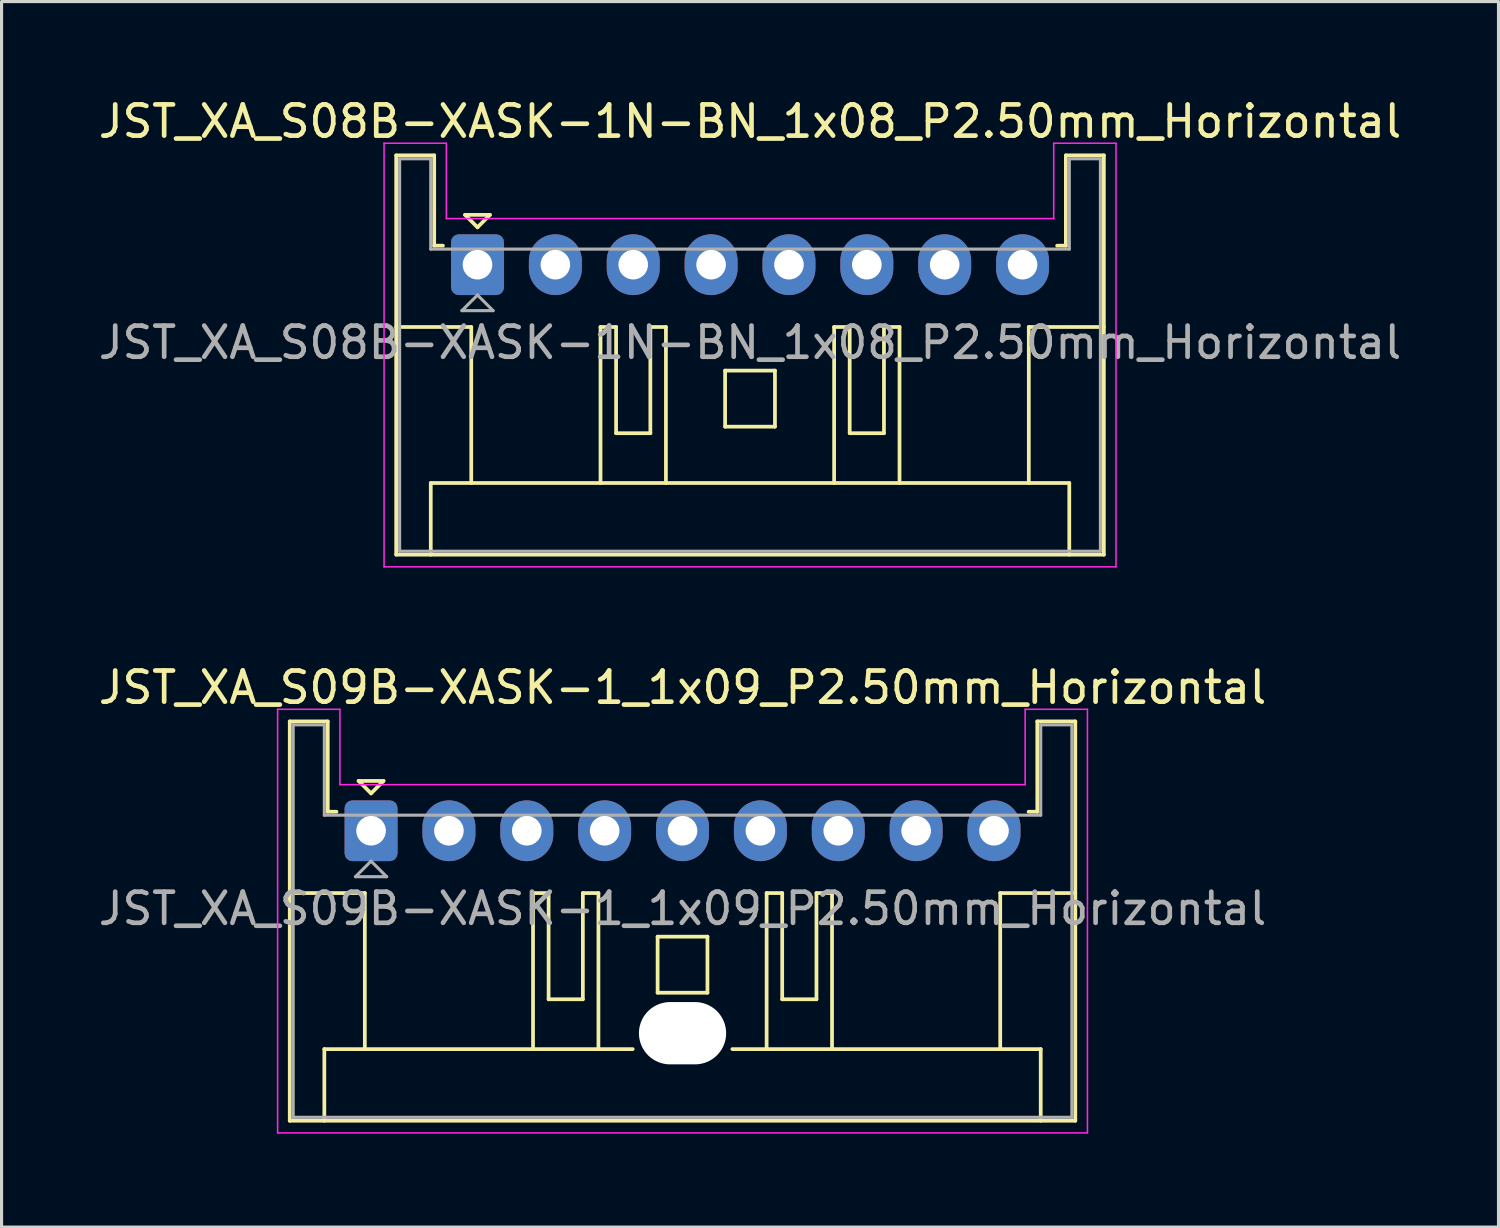
<source format=kicad_pcb>
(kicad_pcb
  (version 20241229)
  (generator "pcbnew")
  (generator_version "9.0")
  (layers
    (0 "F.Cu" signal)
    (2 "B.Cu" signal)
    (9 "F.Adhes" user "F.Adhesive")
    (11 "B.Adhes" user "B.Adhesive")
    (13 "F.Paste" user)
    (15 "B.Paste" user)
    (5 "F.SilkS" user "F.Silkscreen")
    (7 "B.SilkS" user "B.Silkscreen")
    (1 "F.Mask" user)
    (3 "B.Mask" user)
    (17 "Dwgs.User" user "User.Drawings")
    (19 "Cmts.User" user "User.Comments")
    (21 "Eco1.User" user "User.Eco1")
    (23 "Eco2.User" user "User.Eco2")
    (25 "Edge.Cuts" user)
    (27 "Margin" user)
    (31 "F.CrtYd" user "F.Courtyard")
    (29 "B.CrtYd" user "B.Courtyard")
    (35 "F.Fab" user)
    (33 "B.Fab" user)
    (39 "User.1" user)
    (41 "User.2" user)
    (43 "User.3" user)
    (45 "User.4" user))
  (footprint "JST_XA_S09B-XASK-1_1x09_P2.50mm_Horizontal"
    (layer "F.Cu")
    (at 8.863 23.622)
    (property "Reference" "JST_XA_S09B-XASK-1_1x09_P2.50mm_Horizontal" (at 10 -4.6 0) (layer "F.SilkS") (effects (font (size 1 1) (thickness 0.15))))
    (attr through_hole)
    (fp_line (start -2.61 -3.51) (end -2.61 9.31) (stroke (width 0.12) (type solid)) (layer "F.SilkS"))
    (fp_line (start -2.61 9.31) (end 22.61 9.31) (stroke (width 0.12) (type solid)) (layer "F.SilkS"))
    (fp_line (start -1.5 7.01) (end 8.4 7.01) (stroke (width 0.12) (type solid)) (layer "F.SilkS"))
    (fp_line (start -1.5 9.31) (end -1.5 7.01) (stroke (width 0.12) (type solid)) (layer "F.SilkS"))
    (fp_line (start -1.39 -3.51) (end -2.61 -3.51) (stroke (width 0.12) (type solid)) (layer "F.SilkS"))
    (fp_line (start -1.39 -0.61) (end -1.39 -3.51) (stroke (width 0.12) (type solid)) (layer "F.SilkS"))
    (fp_line (start -1.11 -0.61) (end -1.39 -0.61) (stroke (width 0.12) (type solid)) (layer "F.SilkS"))
    (fp_line (start -0.4 -1.6) (end 0.4 -1.6) (stroke (width 0.12) (type solid)) (layer "F.SilkS"))
    (fp_line (start -0.2 2) (end -2.61 2) (stroke (width 0.12) (type solid)) (layer "F.SilkS"))
    (fp_line (start -0.2 7.01) (end -0.2 2) (stroke (width 0.12) (type solid)) (layer "F.SilkS"))
    (fp_line (start 0 -1.2) (end -0.4 -1.6) (stroke (width 0.12) (type solid)) (layer "F.SilkS"))
    (fp_line (start 0.4 -1.6) (end 0 -1.2) (stroke (width 0.12) (type solid)) (layer "F.SilkS"))
    (fp_line (start 5.2 2) (end 5.2 7.01) (stroke (width 0.12) (type solid)) (layer "F.SilkS"))
    (fp_line (start 5.7 2) (end 5.2 2) (stroke (width 0.12) (type solid)) (layer "F.SilkS"))
    (fp_line (start 5.7 5.41) (end 5.7 2) (stroke (width 0.12) (type solid)) (layer "F.SilkS"))
    (fp_line (start 6.8 2) (end 6.8 5.41) (stroke (width 0.12) (type solid)) (layer "F.SilkS"))
    (fp_line (start 6.8 5.41) (end 5.7 5.41) (stroke (width 0.12) (type solid)) (layer "F.SilkS"))
    (fp_line (start 7.3 2) (end 6.8 2) (stroke (width 0.12) (type solid)) (layer "F.SilkS"))
    (fp_line (start 7.3 7.01) (end 7.3 2) (stroke (width 0.12) (type solid)) (layer "F.SilkS"))
    (fp_line (start 9.2 3.4) (end 10.8 3.4) (stroke (width 0.12) (type solid)) (layer "F.SilkS"))
    (fp_line (start 9.2 5.2) (end 9.2 3.4) (stroke (width 0.12) (type solid)) (layer "F.SilkS"))
    (fp_line (start 10.8 3.4) (end 10.8 5.2) (stroke (width 0.12) (type solid)) (layer "F.SilkS"))
    (fp_line (start 10.8 5.2) (end 9.2 5.2) (stroke (width 0.12) (type solid)) (layer "F.SilkS"))
    (fp_line (start 11.6 7.01) (end 21.5 7.01) (stroke (width 0.12) (type solid)) (layer "F.SilkS"))
    (fp_line (start 12.7 2) (end 13.2 2) (stroke (width 0.12) (type solid)) (layer "F.SilkS"))
    (fp_line (start 12.7 7.01) (end 12.7 2) (stroke (width 0.12) (type solid)) (layer "F.SilkS"))
    (fp_line (start 13.2 2) (end 13.2 5.41) (stroke (width 0.12) (type solid)) (layer "F.SilkS"))
    (fp_line (start 13.2 5.41) (end 14.3 5.41) (stroke (width 0.12) (type solid)) (layer "F.SilkS"))
    (fp_line (start 14.3 2) (end 14.8 2) (stroke (width 0.12) (type solid)) (layer "F.SilkS"))
    (fp_line (start 14.3 5.41) (end 14.3 2) (stroke (width 0.12) (type solid)) (layer "F.SilkS"))
    (fp_line (start 14.8 2) (end 14.8 7.01) (stroke (width 0.12) (type solid)) (layer "F.SilkS"))
    (fp_line (start 20.2 2) (end 22.61 2) (stroke (width 0.12) (type solid)) (layer "F.SilkS"))
    (fp_line (start 20.2 7.01) (end 20.2 2) (stroke (width 0.12) (type solid)) (layer "F.SilkS"))
    (fp_line (start 21.39 -3.51) (end 21.39 -0.61) (stroke (width 0.12) (type solid)) (layer "F.SilkS"))
    (fp_line (start 21.39 -0.61) (end 21.11 -0.61) (stroke (width 0.12) (type solid)) (layer "F.SilkS"))
    (fp_line (start 21.5 7.01) (end 21.5 9.31) (stroke (width 0.12) (type solid)) (layer "F.SilkS"))
    (fp_line (start 22.61 -3.51) (end 21.39 -3.51) (stroke (width 0.12) (type solid)) (layer "F.SilkS"))
    (fp_line (start 22.61 9.31) (end 22.61 -3.51) (stroke (width 0.12) (type solid)) (layer "F.SilkS"))
    (fp_line (start -3 -3.9) (end -3 9.7) (stroke (width 0.05) (type solid)) (layer "F.CrtYd"))
    (fp_line (start -3 9.7) (end 23 9.7) (stroke (width 0.05) (type solid)) (layer "F.CrtYd"))
    (fp_line (start -1 -3.9) (end -3 -3.9) (stroke (width 0.05) (type solid)) (layer "F.CrtYd"))
    (fp_line (start -1 -1.48) (end -1 -3.9) (stroke (width 0.05) (type solid)) (layer "F.CrtYd"))
    (fp_line (start 21 -3.9) (end 21 -1.48) (stroke (width 0.05) (type solid)) (layer "F.CrtYd"))
    (fp_line (start 21 -1.48) (end -1 -1.48) (stroke (width 0.05) (type solid)) (layer "F.CrtYd"))
    (fp_line (start 23 -3.9) (end 21 -3.9) (stroke (width 0.05) (type solid)) (layer "F.CrtYd"))
    (fp_line (start 23 9.7) (end 23 -3.9) (stroke (width 0.05) (type solid)) (layer "F.CrtYd"))
    (fp_line (start -2.5 -3.4) (end -2.5 9.2) (stroke (width 0.1) (type solid)) (layer "F.Fab"))
    (fp_line (start -2.5 9.2) (end 22.5 9.2) (stroke (width 0.1) (type solid)) (layer "F.Fab"))
    (fp_line (start -1.5 -3.4) (end -2.5 -3.4) (stroke (width 0.1) (type solid)) (layer "F.Fab"))
    (fp_line (start -1.5 -0.5) (end -1.5 -3.4) (stroke (width 0.1) (type solid)) (layer "F.Fab"))
    (fp_line (start -0.5 1.475) (end 0.5 1.475) (stroke (width 0.1) (type solid)) (layer "F.Fab"))
    (fp_line (start 0 0.975) (end -0.5 1.475) (stroke (width 0.1) (type solid)) (layer "F.Fab"))
    (fp_line (start 0.5 1.475) (end 0 0.975) (stroke (width 0.1) (type solid)) (layer "F.Fab"))
    (fp_line (start 21.5 -3.4) (end 21.5 -0.5) (stroke (width 0.1) (type solid)) (layer "F.Fab"))
    (fp_line (start 21.5 -0.5) (end -1.5 -0.5) (stroke (width 0.1) (type solid)) (layer "F.Fab"))
    (fp_line (start 22.5 -3.4) (end 21.5 -3.4) (stroke (width 0.1) (type solid)) (layer "F.Fab"))
    (fp_line (start 22.5 9.2) (end 22.5 -3.4) (stroke (width 0.1) (type solid)) (layer "F.Fab"))
    (fp_text user "${REFERENCE}" (at 10 2.5 0) (layer "F.Fab") (effects (font (size 1 1) (thickness 0.15))))
    (pad "" np_thru_hole oval (at 10 6.5) (size 2.8 2) (drill oval 2.8 2) (layers "*.Cu" "*.Mask"))
    (pad "1" thru_hole roundrect (at 0 0) (size 1.7 1.95) (drill 0.95) (layers "*.Cu" "*.Mask") (roundrect_rratio 0.147))
    (pad "2" thru_hole oval (at 2.5 0) (size 1.7 1.95) (drill 0.95) (layers "*.Cu" "*.Mask"))
    (pad "3" thru_hole oval (at 5 0) (size 1.7 1.95) (drill 0.95) (layers "*.Cu" "*.Mask"))
    (pad "4" thru_hole oval (at 7.5 0) (size 1.7 1.95) (drill 0.95) (layers "*.Cu" "*.Mask"))
    (pad "5" thru_hole oval (at 10 0) (size 1.7 1.95) (drill 0.95) (layers "*.Cu" "*.Mask"))
    (pad "6" thru_hole oval (at 12.5 0) (size 1.7 1.95) (drill 0.95) (layers "*.Cu" "*.Mask"))
    (pad "7" thru_hole oval (at 15 0) (size 1.7 1.95) (drill 0.95) (layers "*.Cu" "*.Mask"))
    (pad "8" thru_hole oval (at 17.5 0) (size 1.7 1.95) (drill 0.95) (layers "*.Cu" "*.Mask"))
    (pad "9" thru_hole oval (at 20 0) (size 1.7 1.95) (drill 0.95) (layers "*.Cu" "*.Mask")))
  (footprint "JST_XA_S08B-XASK-1N-BN_1x08_P2.50mm_Horizontal"
    (layer "F.Cu")
    (at 12.28 5.448)
    (property "Reference" "JST_XA_S08B-XASK-1N-BN_1x08_P2.50mm_Horizontal" (at 8.75 -4.6 0) (layer "F.SilkS") (effects (font (size 1 1) (thickness 0.15))))
    (attr through_hole)
    (fp_line (start -2.61 -3.51) (end -2.61 9.31) (stroke (width 0.12) (type solid)) (layer "F.SilkS"))
    (fp_line (start -2.61 9.31) (end 20.11 9.31) (stroke (width 0.12) (type solid)) (layer "F.SilkS"))
    (fp_line (start -1.5 7.01) (end 19 7.01) (stroke (width 0.12) (type solid)) (layer "F.SilkS"))
    (fp_line (start -1.5 9.31) (end -1.5 7.01) (stroke (width 0.12) (type solid)) (layer "F.SilkS"))
    (fp_line (start -1.39 -3.51) (end -2.61 -3.51) (stroke (width 0.12) (type solid)) (layer "F.SilkS"))
    (fp_line (start -1.39 -0.61) (end -1.39 -3.51) (stroke (width 0.12) (type solid)) (layer "F.SilkS"))
    (fp_line (start -1.11 -0.61) (end -1.39 -0.61) (stroke (width 0.12) (type solid)) (layer "F.SilkS"))
    (fp_line (start -0.4 -1.6) (end 0.4 -1.6) (stroke (width 0.12) (type solid)) (layer "F.SilkS"))
    (fp_line (start -0.2 2) (end -2.61 2) (stroke (width 0.12) (type solid)) (layer "F.SilkS"))
    (fp_line (start -0.2 7.01) (end -0.2 2) (stroke (width 0.12) (type solid)) (layer "F.SilkS"))
    (fp_line (start 0 -1.2) (end -0.4 -1.6) (stroke (width 0.12) (type solid)) (layer "F.SilkS"))
    (fp_line (start 0.4 -1.6) (end 0 -1.2) (stroke (width 0.12) (type solid)) (layer "F.SilkS"))
    (fp_line (start 3.95 2) (end 3.95 7.01) (stroke (width 0.12) (type solid)) (layer "F.SilkS"))
    (fp_line (start 4.45 2) (end 3.95 2) (stroke (width 0.12) (type solid)) (layer "F.SilkS"))
    (fp_line (start 4.45 5.41) (end 4.45 2) (stroke (width 0.12) (type solid)) (layer "F.SilkS"))
    (fp_line (start 5.55 2) (end 5.55 5.41) (stroke (width 0.12) (type solid)) (layer "F.SilkS"))
    (fp_line (start 5.55 5.41) (end 4.45 5.41) (stroke (width 0.12) (type solid)) (layer "F.SilkS"))
    (fp_line (start 6.05 2) (end 5.55 2) (stroke (width 0.12) (type solid)) (layer "F.SilkS"))
    (fp_line (start 6.05 7.01) (end 6.05 2) (stroke (width 0.12) (type solid)) (layer "F.SilkS"))
    (fp_line (start 7.95 3.4) (end 9.55 3.4) (stroke (width 0.12) (type solid)) (layer "F.SilkS"))
    (fp_line (start 7.95 5.2) (end 7.95 3.4) (stroke (width 0.12) (type solid)) (layer "F.SilkS"))
    (fp_line (start 9.55 3.4) (end 9.55 5.2) (stroke (width 0.12) (type solid)) (layer "F.SilkS"))
    (fp_line (start 9.55 5.2) (end 7.95 5.2) (stroke (width 0.12) (type solid)) (layer "F.SilkS"))
    (fp_line (start 11.45 2) (end 11.95 2) (stroke (width 0.12) (type solid)) (layer "F.SilkS"))
    (fp_line (start 11.45 7.01) (end 11.45 2) (stroke (width 0.12) (type solid)) (layer "F.SilkS"))
    (fp_line (start 11.95 2) (end 11.95 5.41) (stroke (width 0.12) (type solid)) (layer "F.SilkS"))
    (fp_line (start 11.95 5.41) (end 13.05 5.41) (stroke (width 0.12) (type solid)) (layer "F.SilkS"))
    (fp_line (start 13.05 2) (end 13.55 2) (stroke (width 0.12) (type solid)) (layer "F.SilkS"))
    (fp_line (start 13.05 5.41) (end 13.05 2) (stroke (width 0.12) (type solid)) (layer "F.SilkS"))
    (fp_line (start 13.55 2) (end 13.55 7.01) (stroke (width 0.12) (type solid)) (layer "F.SilkS"))
    (fp_line (start 17.7 2) (end 20.11 2) (stroke (width 0.12) (type solid)) (layer "F.SilkS"))
    (fp_line (start 17.7 7.01) (end 17.7 2) (stroke (width 0.12) (type solid)) (layer "F.SilkS"))
    (fp_line (start 18.89 -3.51) (end 18.89 -0.61) (stroke (width 0.12) (type solid)) (layer "F.SilkS"))
    (fp_line (start 18.89 -0.61) (end 18.61 -0.61) (stroke (width 0.12) (type solid)) (layer "F.SilkS"))
    (fp_line (start 19 7.01) (end 19 9.31) (stroke (width 0.12) (type solid)) (layer "F.SilkS"))
    (fp_line (start 20.11 -3.51) (end 18.89 -3.51) (stroke (width 0.12) (type solid)) (layer "F.SilkS"))
    (fp_line (start 20.11 9.31) (end 20.11 -3.51) (stroke (width 0.12) (type solid)) (layer "F.SilkS"))
    (fp_line (start -3 -3.9) (end -3 9.7) (stroke (width 0.05) (type solid)) (layer "F.CrtYd"))
    (fp_line (start -3 9.7) (end 20.5 9.7) (stroke (width 0.05) (type solid)) (layer "F.CrtYd"))
    (fp_line (start -1 -3.9) (end -3 -3.9) (stroke (width 0.05) (type solid)) (layer "F.CrtYd"))
    (fp_line (start -1 -1.48) (end -1 -3.9) (stroke (width 0.05) (type solid)) (layer "F.CrtYd"))
    (fp_line (start 18.5 -3.9) (end 18.5 -1.48) (stroke (width 0.05) (type solid)) (layer "F.CrtYd"))
    (fp_line (start 18.5 -1.48) (end -1 -1.48) (stroke (width 0.05) (type solid)) (layer "F.CrtYd"))
    (fp_line (start 20.5 -3.9) (end 18.5 -3.9) (stroke (width 0.05) (type solid)) (layer "F.CrtYd"))
    (fp_line (start 20.5 9.7) (end 20.5 -3.9) (stroke (width 0.05) (type solid)) (layer "F.CrtYd"))
    (fp_line (start -2.5 -3.4) (end -2.5 9.2) (stroke (width 0.1) (type solid)) (layer "F.Fab"))
    (fp_line (start -2.5 9.2) (end 20 9.2) (stroke (width 0.1) (type solid)) (layer "F.Fab"))
    (fp_line (start -1.5 -3.4) (end -2.5 -3.4) (stroke (width 0.1) (type solid)) (layer "F.Fab"))
    (fp_line (start -1.5 -0.5) (end -1.5 -3.4) (stroke (width 0.1) (type solid)) (layer "F.Fab"))
    (fp_line (start -0.5 1.475) (end 0.5 1.475) (stroke (width 0.1) (type solid)) (layer "F.Fab"))
    (fp_line (start 0 0.975) (end -0.5 1.475) (stroke (width 0.1) (type solid)) (layer "F.Fab"))
    (fp_line (start 0.5 1.475) (end 0 0.975) (stroke (width 0.1) (type solid)) (layer "F.Fab"))
    (fp_line (start 19 -3.4) (end 19 -0.5) (stroke (width 0.1) (type solid)) (layer "F.Fab"))
    (fp_line (start 19 -0.5) (end -1.5 -0.5) (stroke (width 0.1) (type solid)) (layer "F.Fab"))
    (fp_line (start 20 -3.4) (end 19 -3.4) (stroke (width 0.1) (type solid)) (layer "F.Fab"))
    (fp_line (start 20 9.2) (end 20 -3.4) (stroke (width 0.1) (type solid)) (layer "F.Fab"))
    (fp_text user "${REFERENCE}" (at 8.75 2.5 0) (layer "F.Fab") (effects (font (size 1 1) (thickness 0.15))))
    (pad "1" thru_hole roundrect (at 0 0) (size 1.7 1.95) (drill 0.95) (layers "*.Cu" "*.Mask") (roundrect_rratio 0.147))
    (pad "2" thru_hole oval (at 2.5 0) (size 1.7 1.95) (drill 0.95) (layers "*.Cu" "*.Mask"))
    (pad "3" thru_hole oval (at 5 0) (size 1.7 1.95) (drill 0.95) (layers "*.Cu" "*.Mask"))
    (pad "4" thru_hole oval (at 7.5 0) (size 1.7 1.95) (drill 0.95) (layers "*.Cu" "*.Mask"))
    (pad "5" thru_hole oval (at 10 0) (size 1.7 1.95) (drill 0.95) (layers "*.Cu" "*.Mask"))
    (pad "6" thru_hole oval (at 12.5 0) (size 1.7 1.95) (drill 0.95) (layers "*.Cu" "*.Mask"))
    (pad "7" thru_hole oval (at 15 0) (size 1.7 1.95) (drill 0.95) (layers "*.Cu" "*.Mask"))
    (pad "8" thru_hole oval (at 17.5 0) (size 1.7 1.95) (drill 0.95) (layers "*.Cu" "*.Mask")))
  (gr_rect
    (start -3 -3)
    (end 45.06 36.346)
    (stroke (width 0.1) (type default))
    (fill no)
    (layer "Edge.Cuts")))
</source>
